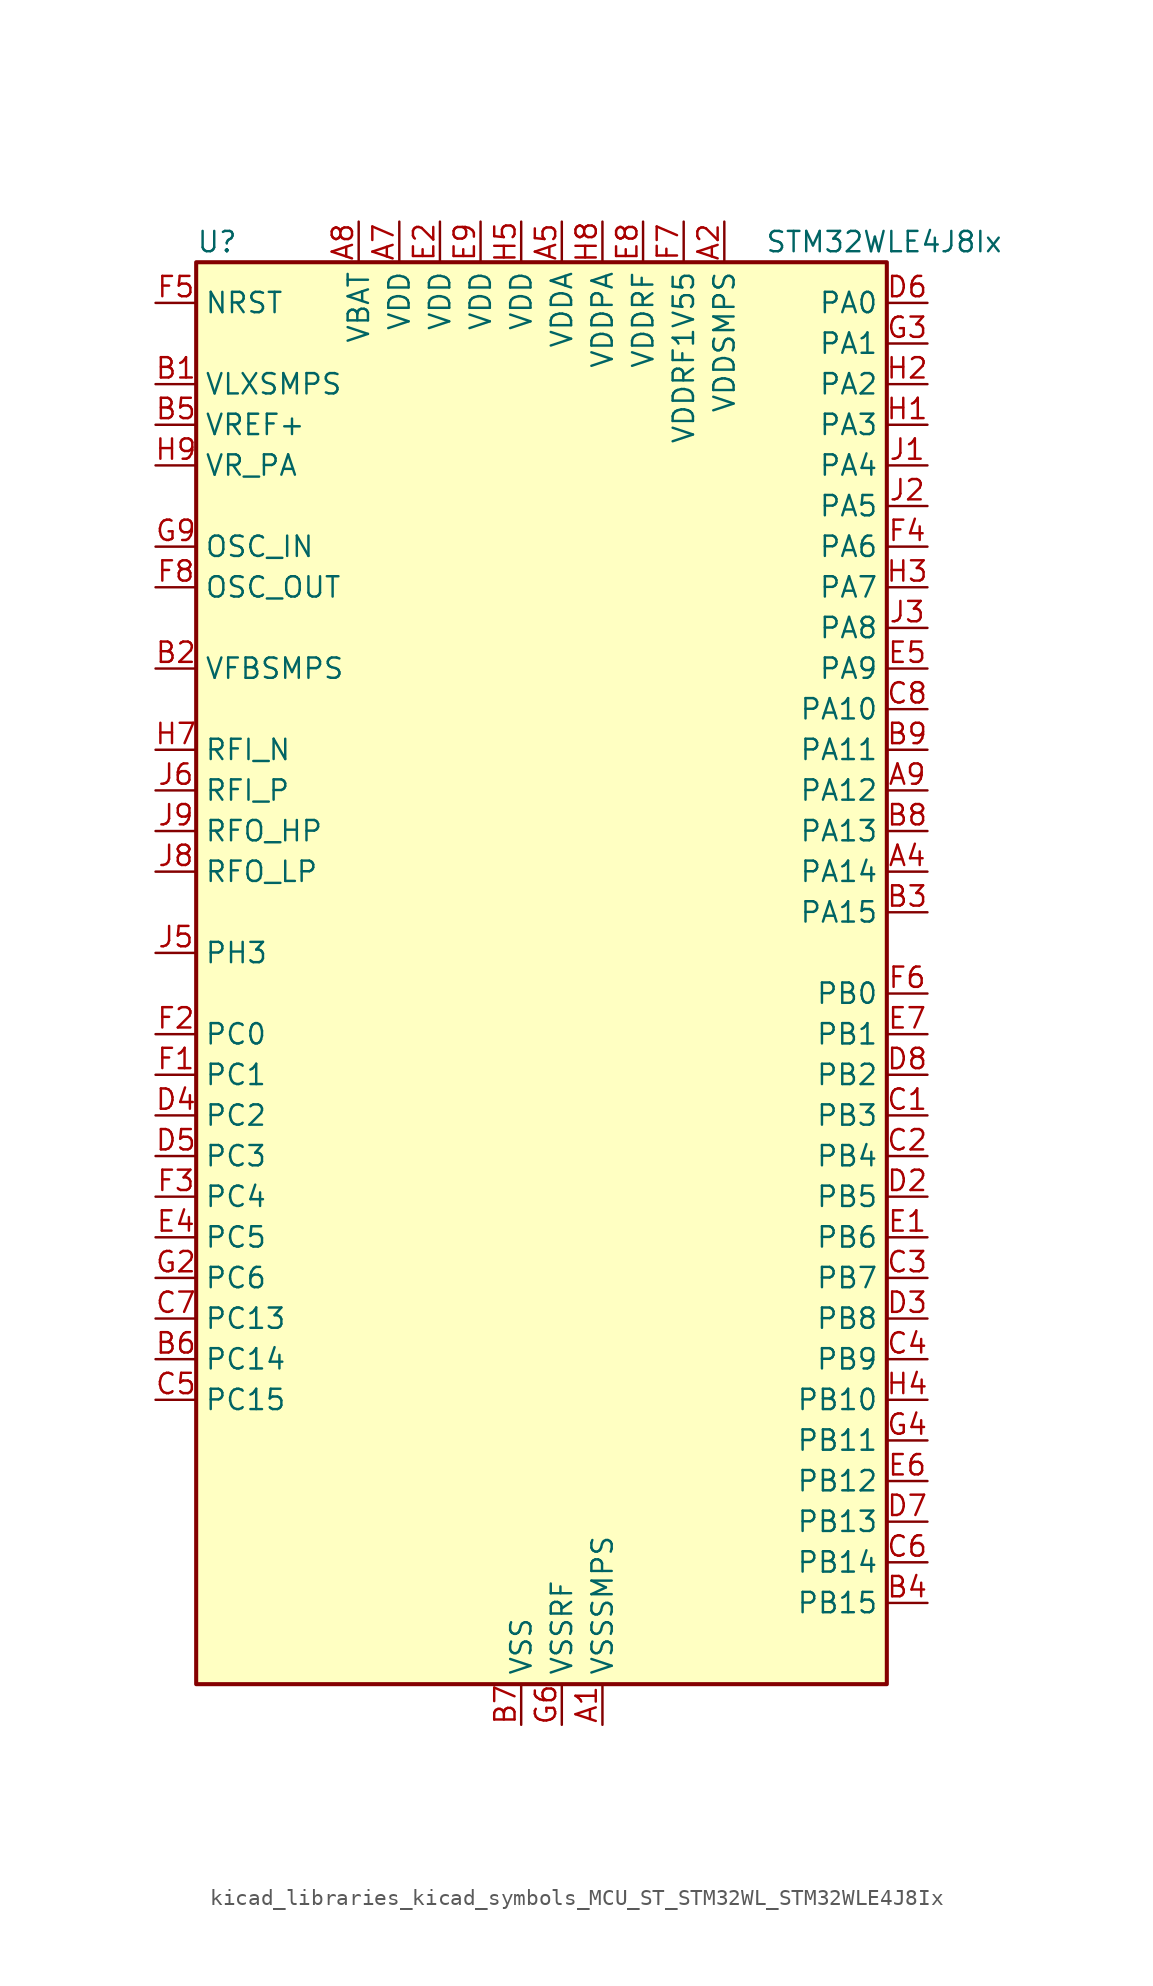
<source format=kicad_sym>
(kicad_symbol_lib
  (version 20220914)
  (generator kicad_symbol_editor)
  (symbol "kicad_libraries_kicad_symbols_MCU_ST_STM32WL_STM32WLE4J8Ix"
    (property "Reference" "U"
      (at -20.32 46.99 0)
      (effects (font (size 1.27 1.27)) (justify left)))
    (property "Value" "STM32WLE4J8Ix"
      (at 15.24 46.99 0)
      (effects (font (size 1.27 1.27)) (justify left)))
    (property "ki_locked" ""
      (at 0 0 0)
      (effects (font (size 1.27 1.27))))
    (symbol "kicad_libraries_kicad_symbols_MCU_ST_STM32WL_STM32WLE4J8Ix_0_1"
      (rectangle (start -20.32 -43.18) (end 22.86 45.72) (stroke (width 0.254) (type default)) (fill (type background))))
    (symbol "kicad_libraries_kicad_symbols_MCU_ST_STM32WL_STM32WLE4J8Ix_1_1"
      (pin power_in line (at 5.08 -45.72 90) (length 2.54) (name "VSSSMPS" (effects (font (size 1.27 1.27)))) (number "A1" (effects (font (size 1.27 1.27)))))
      (pin power_in line (at 12.7 48.26 270) (length 2.54) (name "VDDSMPS" (effects (font (size 1.27 1.27)))) (number "A2" (effects (font (size 1.27 1.27)))))
      (pin bidirectional line (at 25.4 7.62 180) (length 2.54) (name "PA14" (effects (font (size 1.27 1.27)))) (number "A4" (effects (font (size 1.27 1.27)))) (alternate "ADC_IN10" bidirectional line) (alternate "DEBUG_JTCK-SWCLK" bidirectional line) (alternate "I2C1_SMBA" bidirectional line) (alternate "LPTIM1_OUT" bidirectional line))
      (pin power_in line (at 2.54 48.26 270) (length 2.54) (name "VDDA" (effects (font (size 1.27 1.27)))) (number "A5" (effects (font (size 1.27 1.27)))))
      (pin power_in line (at -7.62 48.26 270) (length 2.54) (name "VDD" (effects (font (size 1.27 1.27)))) (number "A7" (effects (font (size 1.27 1.27)))))
      (pin power_in line (at -10.16 48.26 270) (length 2.54) (name "VBAT" (effects (font (size 1.27 1.27)))) (number "A8" (effects (font (size 1.27 1.27)))))
      (pin bidirectional line (at 25.4 12.7 180) (length 2.54) (name "PA12" (effects (font (size 1.27 1.27)))) (number "A9" (effects (font (size 1.27 1.27)))) (alternate "ADC_IN8" bidirectional line) (alternate "DEBUG_RF-BUSY" bidirectional line) (alternate "I2C2_SCL" bidirectional line) (alternate "LPTIM3_IN1" bidirectional line) (alternate "SPI1_MOSI" bidirectional line) (alternate "TIM1_ETR" bidirectional line) (alternate "USART1_DE" bidirectional line) (alternate "USART1_RTS" bidirectional line))
      (pin power_in line (at -22.86 38.1 0) (length 2.54) (name "VLXSMPS" (effects (font (size 1.27 1.27)))) (number "B1" (effects (font (size 1.27 1.27)))))
      (pin input line (at -22.86 20.32 0) (length 2.54) (name "VFBSMPS" (effects (font (size 1.27 1.27)))) (number "B2" (effects (font (size 1.27 1.27)))))
      (pin bidirectional line (at 25.4 5.08 180) (length 2.54) (name "PA15" (effects (font (size 1.27 1.27)))) (number "B3" (effects (font (size 1.27 1.27)))) (alternate "ADC_IN11" bidirectional line) (alternate "COMP1_INM" bidirectional line) (alternate "COMP2_INP" bidirectional line) (alternate "DEBUG_JTDI" bidirectional line) (alternate "I2C2_SDA" bidirectional line) (alternate "SPI1_NSS" bidirectional line) (alternate "TIM2_CH1" bidirectional line) (alternate "TIM2_ETR" bidirectional line))
      (pin bidirectional line (at 25.4 -38.1 180) (length 2.54) (name "PB15" (effects (font (size 1.27 1.27)))) (number "B4" (effects (font (size 1.27 1.27)))) (alternate "I2C2_SCL" bidirectional line) (alternate "I2S2_SD" bidirectional line) (alternate "SPI2_MOSI" bidirectional line) (alternate "TIM1_CH3N" bidirectional line))
      (pin input line (at -22.86 35.56 0) (length 2.54) (name "VREF+" (effects (font (size 1.27 1.27)))) (number "B5" (effects (font (size 1.27 1.27)))) (alternate "VREFBUF_OUT" bidirectional line))
      (pin bidirectional line (at -22.86 -22.86 0) (length 2.54) (name "PC14" (effects (font (size 1.27 1.27)))) (number "B6" (effects (font (size 1.27 1.27)))) (alternate "RCC_OSC32_IN" bidirectional line))
      (pin power_in line (at 0 -45.72 90) (length 2.54) (name "VSS" (effects (font (size 1.27 1.27)))) (number "B7" (effects (font (size 1.27 1.27)))))
      (pin bidirectional line (at 25.4 10.16 180) (length 2.54) (name "PA13" (effects (font (size 1.27 1.27)))) (number "B8" (effects (font (size 1.27 1.27)))) (alternate "ADC_IN9" bidirectional line) (alternate "DEBUG_JTMS-SWDIO" bidirectional line) (alternate "I2C2_SMBA" bidirectional line) (alternate "IR_OUT" bidirectional line))
      (pin bidirectional line (at 25.4 15.24 180) (length 2.54) (name "PA11" (effects (font (size 1.27 1.27)))) (number "B9" (effects (font (size 1.27 1.27)))) (alternate "ADC_EXTI11" bidirectional line) (alternate "ADC_IN7" bidirectional line) (alternate "COMP1_INM" bidirectional line) (alternate "COMP2_INM" bidirectional line) (alternate "DEBUG_RF-NRESET" bidirectional line) (alternate "I2C2_SDA" bidirectional line) (alternate "LPTIM3_ETR" bidirectional line) (alternate "SPI1_MISO" bidirectional line) (alternate "TIM1_BKIN2" bidirectional line) (alternate "TIM1_CH4" bidirectional line) (alternate "USART1_CTS" bidirectional line) (alternate "USART1_NSS" bidirectional line))
      (pin bidirectional line (at 25.4 -7.62 180) (length 2.54) (name "PB3" (effects (font (size 1.27 1.27)))) (number "C1" (effects (font (size 1.27 1.27)))) (alternate "ADC_IN2" bidirectional line) (alternate "COMP1_INM" bidirectional line) (alternate "COMP2_INM" bidirectional line) (alternate "DEBUG_JTDO-SWO" bidirectional line) (alternate "DEBUG_RF-DTB1" bidirectional line) (alternate "PWR_WKUP3" bidirectional line) (alternate "RTC_TAMP_IN3" bidirectional line) (alternate "SPI1_SCK" bidirectional line) (alternate "TIM2_CH2" bidirectional line) (alternate "USART1_DE" bidirectional line) (alternate "USART1_RTS" bidirectional line))
      (pin bidirectional line (at 25.4 -10.16 180) (length 2.54) (name "PB4" (effects (font (size 1.27 1.27)))) (number "C2" (effects (font (size 1.27 1.27)))) (alternate "ADC_IN3" bidirectional line) (alternate "COMP1_INP" bidirectional line) (alternate "COMP2_INP" bidirectional line) (alternate "DEBUG_JTRST" bidirectional line) (alternate "DEBUG_RF-LDORDY" bidirectional line) (alternate "I2C3_SDA" bidirectional line) (alternate "SPI1_MISO" bidirectional line) (alternate "TIM17_BKIN" bidirectional line) (alternate "USART1_CTS" bidirectional line) (alternate "USART1_NSS" bidirectional line))
      (pin bidirectional line (at 25.4 -17.78 180) (length 2.54) (name "PB7" (effects (font (size 1.27 1.27)))) (number "C3" (effects (font (size 1.27 1.27)))) (alternate "I2C1_SDA" bidirectional line) (alternate "LPTIM1_IN2" bidirectional line) (alternate "PWR_PVD_IN" bidirectional line) (alternate "TIM17_CH1N" bidirectional line) (alternate "TIM1_BKIN" bidirectional line) (alternate "USART1_RX" bidirectional line))
      (pin bidirectional line (at 25.4 -22.86 180) (length 2.54) (name "PB9" (effects (font (size 1.27 1.27)))) (number "C4" (effects (font (size 1.27 1.27)))) (alternate "DAC_EXTI9" bidirectional line) (alternate "I2C1_SDA" bidirectional line) (alternate "I2S2_WS" bidirectional line) (alternate "IR_OUT" bidirectional line) (alternate "SPI2_NSS" bidirectional line) (alternate "TIM17_CH1" bidirectional line) (alternate "TIM1_CH3N" bidirectional line))
      (pin bidirectional line (at -22.86 -25.4 0) (length 2.54) (name "PC15" (effects (font (size 1.27 1.27)))) (number "C5" (effects (font (size 1.27 1.27)))) (alternate "RCC_OSC32_OUT" bidirectional line))
      (pin bidirectional line (at 25.4 -35.56 180) (length 2.54) (name "PB14" (effects (font (size 1.27 1.27)))) (number "C6" (effects (font (size 1.27 1.27)))) (alternate "ADC_IN1" bidirectional line) (alternate "I2C3_SDA" bidirectional line) (alternate "I2S2_MCK" bidirectional line) (alternate "SPI2_MISO" bidirectional line) (alternate "TIM1_CH2N" bidirectional line))
      (pin bidirectional line (at -22.86 -20.32 0) (length 2.54) (name "PC13" (effects (font (size 1.27 1.27)))) (number "C7" (effects (font (size 1.27 1.27)))) (alternate "PWR_WKUP2" bidirectional line) (alternate "RTC_OUT1" bidirectional line) (alternate "RTC_TAMP_IN1" bidirectional line) (alternate "RTC_TS" bidirectional line))
      (pin bidirectional line (at 25.4 17.78 180) (length 2.54) (name "PA10" (effects (font (size 1.27 1.27)))) (number "C8" (effects (font (size 1.27 1.27)))) (alternate "ADC_IN6" bidirectional line) (alternate "COMP1_INM" bidirectional line) (alternate "COMP2_INM" bidirectional line) (alternate "DAC_OUT1" bidirectional line) (alternate "DEBUG_RF-HSE32RDY" bidirectional line) (alternate "I2C1_SDA" bidirectional line) (alternate "I2S2_SD" bidirectional line) (alternate "RTC_REFIN" bidirectional line) (alternate "SPI2_MOSI" bidirectional line) (alternate "TIM17_BKIN" bidirectional line) (alternate "TIM1_CH3" bidirectional line) (alternate "USART1_RX" bidirectional line))
      (pin bidirectional line (at 25.4 -12.7 180) (length 2.54) (name "PB5" (effects (font (size 1.27 1.27)))) (number "D2" (effects (font (size 1.27 1.27)))) (alternate "COMP2_OUT" bidirectional line) (alternate "I2C1_SMBA" bidirectional line) (alternate "LPTIM1_IN1" bidirectional line) (alternate "SPI1_MOSI" bidirectional line) (alternate "TIM16_BKIN" bidirectional line) (alternate "USART1_CK" bidirectional line))
      (pin bidirectional line (at 25.4 -20.32 180) (length 2.54) (name "PB8" (effects (font (size 1.27 1.27)))) (number "D3" (effects (font (size 1.27 1.27)))) (alternate "I2C1_SCL" bidirectional line) (alternate "TIM16_CH1" bidirectional line) (alternate "TIM1_CH2N" bidirectional line))
      (pin bidirectional line (at -22.86 -7.62 0) (length 2.54) (name "PC2" (effects (font (size 1.27 1.27)))) (number "D4" (effects (font (size 1.27 1.27)))) (alternate "LPTIM1_IN2" bidirectional line) (alternate "SPI2_MISO" bidirectional line))
      (pin bidirectional line (at -22.86 -10.16 0) (length 2.54) (name "PC3" (effects (font (size 1.27 1.27)))) (number "D5" (effects (font (size 1.27 1.27)))) (alternate "I2S2_SD" bidirectional line) (alternate "LPTIM1_ETR" bidirectional line) (alternate "LPTIM2_ETR" bidirectional line) (alternate "SPI2_MOSI" bidirectional line))
      (pin bidirectional line (at 25.4 43.18 180) (length 2.54) (name "PA0" (effects (font (size 1.27 1.27)))) (number "D6" (effects (font (size 1.27 1.27)))) (alternate "COMP1_OUT" bidirectional line) (alternate "DEBUG_PWR-REGLP1S" bidirectional line) (alternate "I2C3_SMBA" bidirectional line) (alternate "I2S_CKIN" bidirectional line) (alternate "PWR_WKUP1" bidirectional line) (alternate "RTC_TAMP_IN2" bidirectional line) (alternate "TIM2_CH1" bidirectional line) (alternate "TIM2_ETR" bidirectional line) (alternate "USART2_CTS" bidirectional line) (alternate "USART2_NSS" bidirectional line))
      (pin bidirectional line (at 25.4 -33.02 180) (length 2.54) (name "PB13" (effects (font (size 1.27 1.27)))) (number "D7" (effects (font (size 1.27 1.27)))) (alternate "ADC_IN0" bidirectional line) (alternate "I2C3_SCL" bidirectional line) (alternate "I2S2_CK" bidirectional line) (alternate "LPUART1_CTS" bidirectional line) (alternate "SPI2_SCK" bidirectional line) (alternate "TIM1_CH1N" bidirectional line))
      (pin bidirectional line (at 25.4 -5.08 180) (length 2.54) (name "PB2" (effects (font (size 1.27 1.27)))) (number "D8" (effects (font (size 1.27 1.27)))) (alternate "ADC_IN4" bidirectional line) (alternate "COMP1_INP" bidirectional line) (alternate "COMP2_INM" bidirectional line) (alternate "DEBUG_RF-SMPSRDY" bidirectional line) (alternate "I2C3_SMBA" bidirectional line) (alternate "LPTIM1_OUT" bidirectional line) (alternate "SPI1_NSS" bidirectional line))
      (pin passive line (at 0 -45.72 90) (length 2.54) hide (name "VSS" (effects (font (size 1.27 1.27)))) (number "D9" (effects (font (size 1.27 1.27)))))
      (pin bidirectional line (at 25.4 -15.24 180) (length 2.54) (name "PB6" (effects (font (size 1.27 1.27)))) (number "E1" (effects (font (size 1.27 1.27)))) (alternate "I2C1_SCL" bidirectional line) (alternate "LPTIM1_ETR" bidirectional line) (alternate "TIM16_CH1N" bidirectional line) (alternate "USART1_TX" bidirectional line))
      (pin power_in line (at -5.08 48.26 270) (length 2.54) (name "VDD" (effects (font (size 1.27 1.27)))) (number "E2" (effects (font (size 1.27 1.27)))))
      (pin passive line (at 0 -45.72 90) (length 2.54) hide (name "VSS" (effects (font (size 1.27 1.27)))) (number "E3" (effects (font (size 1.27 1.27)))))
      (pin bidirectional line (at -22.86 -15.24 0) (length 2.54) (name "PC5" (effects (font (size 1.27 1.27)))) (number "E4" (effects (font (size 1.27 1.27)))))
      (pin bidirectional line (at 25.4 20.32 180) (length 2.54) (name "PA9" (effects (font (size 1.27 1.27)))) (number "E5" (effects (font (size 1.27 1.27)))) (alternate "DAC_EXTI9" bidirectional line) (alternate "I2C1_SCL" bidirectional line) (alternate "I2S2_CK" bidirectional line) (alternate "I2S2_WS" bidirectional line) (alternate "SPI2_NSS" bidirectional line) (alternate "SPI2_SCK" bidirectional line) (alternate "TIM1_CH2" bidirectional line) (alternate "USART1_TX" bidirectional line))
      (pin bidirectional line (at 25.4 -30.48 180) (length 2.54) (name "PB12" (effects (font (size 1.27 1.27)))) (number "E6" (effects (font (size 1.27 1.27)))) (alternate "I2C3_SMBA" bidirectional line) (alternate "I2S2_WS" bidirectional line) (alternate "LPUART1_RTS" bidirectional line) (alternate "SPI2_NSS" bidirectional line) (alternate "TIM1_BKIN" bidirectional line))
      (pin bidirectional line (at 25.4 -2.54 180) (length 2.54) (name "PB1" (effects (font (size 1.27 1.27)))) (number "E7" (effects (font (size 1.27 1.27)))) (alternate "ADC_IN5" bidirectional line) (alternate "COMP2_INP" bidirectional line) (alternate "LPTIM2_IN1" bidirectional line) (alternate "LPUART1_DE" bidirectional line) (alternate "LPUART1_RTS" bidirectional line))
      (pin power_in line (at 7.62 48.26 270) (length 2.54) (name "VDDRF" (effects (font (size 1.27 1.27)))) (number "E8" (effects (font (size 1.27 1.27)))))
      (pin power_in line (at -2.54 48.26 270) (length 2.54) (name "VDD" (effects (font (size 1.27 1.27)))) (number "E9" (effects (font (size 1.27 1.27)))))
      (pin bidirectional line (at -22.86 -5.08 0) (length 2.54) (name "PC1" (effects (font (size 1.27 1.27)))) (number "F1" (effects (font (size 1.27 1.27)))) (alternate "I2C3_SDA" bidirectional line) (alternate "I2S2_SD" bidirectional line) (alternate "LPTIM1_OUT" bidirectional line) (alternate "LPUART1_TX" bidirectional line) (alternate "SPI2_MOSI" bidirectional line))
      (pin bidirectional line (at -22.86 -2.54 0) (length 2.54) (name "PC0" (effects (font (size 1.27 1.27)))) (number "F2" (effects (font (size 1.27 1.27)))) (alternate "I2C3_SCL" bidirectional line) (alternate "LPTIM1_IN1" bidirectional line) (alternate "LPTIM2_IN1" bidirectional line) (alternate "LPUART1_RX" bidirectional line))
      (pin bidirectional line (at -22.86 -12.7 0) (length 2.54) (name "PC4" (effects (font (size 1.27 1.27)))) (number "F3" (effects (font (size 1.27 1.27)))))
      (pin bidirectional line (at 25.4 27.94 180) (length 2.54) (name "PA6" (effects (font (size 1.27 1.27)))) (number "F4" (effects (font (size 1.27 1.27)))) (alternate "DEBUG_SUBGHZSPI-MISOOUT" bidirectional line) (alternate "I2C2_SMBA" bidirectional line) (alternate "LPUART1_CTS" bidirectional line) (alternate "SPI1_MISO" bidirectional line) (alternate "TIM16_CH1" bidirectional line) (alternate "TIM1_BKIN" bidirectional line))
      (pin input line (at -22.86 43.18 0) (length 2.54) (name "NRST" (effects (font (size 1.27 1.27)))) (number "F5" (effects (font (size 1.27 1.27)))))
      (pin bidirectional line (at 25.4 0 180) (length 2.54) (name "PB0" (effects (font (size 1.27 1.27)))) (number "F6" (effects (font (size 1.27 1.27)))) (alternate "COMP1_OUT" bidirectional line) (alternate "VDDTCXO" bidirectional line))
      (pin power_in line (at 10.16 48.26 270) (length 2.54) (name "VDDRF1V55" (effects (font (size 1.27 1.27)))) (number "F7" (effects (font (size 1.27 1.27)))))
      (pin input line (at -22.86 25.4 0) (length 2.54) (name "OSC_OUT" (effects (font (size 1.27 1.27)))) (number "F8" (effects (font (size 1.27 1.27)))) (alternate "RCC_OSC_OUT" bidirectional line))
      (pin bidirectional line (at -22.86 -17.78 0) (length 2.54) (name "PC6" (effects (font (size 1.27 1.27)))) (number "G2" (effects (font (size 1.27 1.27)))) (alternate "I2S2_MCK" bidirectional line))
      (pin bidirectional line (at 25.4 40.64 180) (length 2.54) (name "PA1" (effects (font (size 1.27 1.27)))) (number "G3" (effects (font (size 1.27 1.27)))) (alternate "DEBUG_PWR-REGLP2S" bidirectional line) (alternate "I2C1_SMBA" bidirectional line) (alternate "LPTIM3_OUT" bidirectional line) (alternate "LPUART1_RTS" bidirectional line) (alternate "SPI1_SCK" bidirectional line) (alternate "TIM2_CH2" bidirectional line) (alternate "USART2_DE" bidirectional line) (alternate "USART2_RTS" bidirectional line))
      (pin bidirectional line (at 25.4 -27.94 180) (length 2.54) (name "PB11" (effects (font (size 1.27 1.27)))) (number "G4" (effects (font (size 1.27 1.27)))) (alternate "ADC_EXTI11" bidirectional line) (alternate "COMP2_OUT" bidirectional line) (alternate "I2C3_SDA" bidirectional line) (alternate "LPUART1_TX" bidirectional line) (alternate "TIM2_CH4" bidirectional line))
      (pin passive line (at 0 -45.72 90) (length 2.54) hide (name "VSS" (effects (font (size 1.27 1.27)))) (number "G5" (effects (font (size 1.27 1.27)))))
      (pin power_in line (at 2.54 -45.72 90) (length 2.54) (name "VSSRF" (effects (font (size 1.27 1.27)))) (number "G6" (effects (font (size 1.27 1.27)))))
      (pin passive line (at 2.54 -45.72 90) (length 2.54) hide (name "VSSRF" (effects (font (size 1.27 1.27)))) (number "G7" (effects (font (size 1.27 1.27)))))
      (pin passive line (at 2.54 -45.72 90) (length 2.54) hide (name "VSSRF" (effects (font (size 1.27 1.27)))) (number "G8" (effects (font (size 1.27 1.27)))))
      (pin input line (at -22.86 27.94 0) (length 2.54) (name "OSC_IN" (effects (font (size 1.27 1.27)))) (number "G9" (effects (font (size 1.27 1.27)))) (alternate "RCC_OSC_IN" bidirectional line))
      (pin bidirectional line (at 25.4 35.56 180) (length 2.54) (name "PA3" (effects (font (size 1.27 1.27)))) (number "H1" (effects (font (size 1.27 1.27)))) (alternate "I2S2_MCK" bidirectional line) (alternate "LPUART1_RX" bidirectional line) (alternate "TIM2_CH4" bidirectional line) (alternate "USART2_RX" bidirectional line))
      (pin bidirectional line (at 25.4 38.1 180) (length 2.54) (name "PA2" (effects (font (size 1.27 1.27)))) (number "H2" (effects (font (size 1.27 1.27)))) (alternate "COMP2_OUT" bidirectional line) (alternate "DEBUG_PWR-LDORDY" bidirectional line) (alternate "LPUART1_TX" bidirectional line) (alternate "RCC_LSCO" bidirectional line) (alternate "TIM2_CH3" bidirectional line) (alternate "USART2_TX" bidirectional line))
      (pin bidirectional line (at 25.4 25.4 180) (length 2.54) (name "PA7" (effects (font (size 1.27 1.27)))) (number "H3" (effects (font (size 1.27 1.27)))) (alternate "COMP2_OUT" bidirectional line) (alternate "DEBUG_SUBGHZSPI-MOSIOUT" bidirectional line) (alternate "I2C3_SCL" bidirectional line) (alternate "SPI1_MOSI" bidirectional line) (alternate "TIM17_CH1" bidirectional line) (alternate "TIM1_CH1N" bidirectional line))
      (pin bidirectional line (at 25.4 -25.4 180) (length 2.54) (name "PB10" (effects (font (size 1.27 1.27)))) (number "H4" (effects (font (size 1.27 1.27)))) (alternate "COMP1_OUT" bidirectional line) (alternate "I2C3_SCL" bidirectional line) (alternate "I2S2_CK" bidirectional line) (alternate "LPUART1_RX" bidirectional line) (alternate "SPI2_SCK" bidirectional line) (alternate "TIM2_CH3" bidirectional line))
      (pin power_in line (at 0 48.26 270) (length 2.54) (name "VDD" (effects (font (size 1.27 1.27)))) (number "H5" (effects (font (size 1.27 1.27)))))
      (pin passive line (at 2.54 -45.72 90) (length 2.54) hide (name "VSSRF" (effects (font (size 1.27 1.27)))) (number "H6" (effects (font (size 1.27 1.27)))))
      (pin bidirectional line (at -22.86 15.24 0) (length 2.54) (name "RFI_N" (effects (font (size 1.27 1.27)))) (number "H7" (effects (font (size 1.27 1.27)))))
      (pin power_in line (at 5.08 48.26 270) (length 2.54) (name "VDDPA" (effects (font (size 1.27 1.27)))) (number "H8" (effects (font (size 1.27 1.27)))))
      (pin power_in line (at -22.86 33.02 0) (length 2.54) (name "VR_PA" (effects (font (size 1.27 1.27)))) (number "H9" (effects (font (size 1.27 1.27)))))
      (pin bidirectional line (at 25.4 33.02 180) (length 2.54) (name "PA4" (effects (font (size 1.27 1.27)))) (number "J1" (effects (font (size 1.27 1.27)))) (alternate "DEBUG_SUBGHZSPI-NSSOUT" bidirectional line) (alternate "LPTIM1_OUT" bidirectional line) (alternate "LPTIM2_OUT" bidirectional line) (alternate "RTC_OUT2" bidirectional line) (alternate "SPI1_NSS" bidirectional line) (alternate "USART2_CK" bidirectional line))
      (pin bidirectional line (at 25.4 30.48 180) (length 2.54) (name "PA5" (effects (font (size 1.27 1.27)))) (number "J2" (effects (font (size 1.27 1.27)))) (alternate "DEBUG_SUBGHZSPI-SCKOUT" bidirectional line) (alternate "LPTIM2_ETR" bidirectional line) (alternate "SPI1_SCK" bidirectional line) (alternate "SPI2_MISO" bidirectional line) (alternate "TIM2_CH1" bidirectional line) (alternate "TIM2_ETR" bidirectional line))
      (pin bidirectional line (at 25.4 22.86 180) (length 2.54) (name "PA8" (effects (font (size 1.27 1.27)))) (number "J3" (effects (font (size 1.27 1.27)))) (alternate "I2S2_CK" bidirectional line) (alternate "LPTIM2_OUT" bidirectional line) (alternate "RCC_MCO" bidirectional line) (alternate "SPI2_SCK" bidirectional line) (alternate "TIM1_CH1" bidirectional line) (alternate "USART1_CK" bidirectional line))
      (pin bidirectional line (at -22.86 2.54 0) (length 2.54) (name "PH3" (effects (font (size 1.27 1.27)))) (number "J5" (effects (font (size 1.27 1.27)))))
      (pin bidirectional line (at -22.86 12.7 0) (length 2.54) (name "RFI_P" (effects (font (size 1.27 1.27)))) (number "J6" (effects (font (size 1.27 1.27)))))
      (pin bidirectional line (at -22.86 7.62 0) (length 2.54) (name "RFO_LP" (effects (font (size 1.27 1.27)))) (number "J8" (effects (font (size 1.27 1.27)))))
      (pin bidirectional line (at -22.86 10.16 0) (length 2.54) (name "RFO_HP" (effects (font (size 1.27 1.27)))) (number "J9" (effects (font (size 1.27 1.27))))))))
</source>
